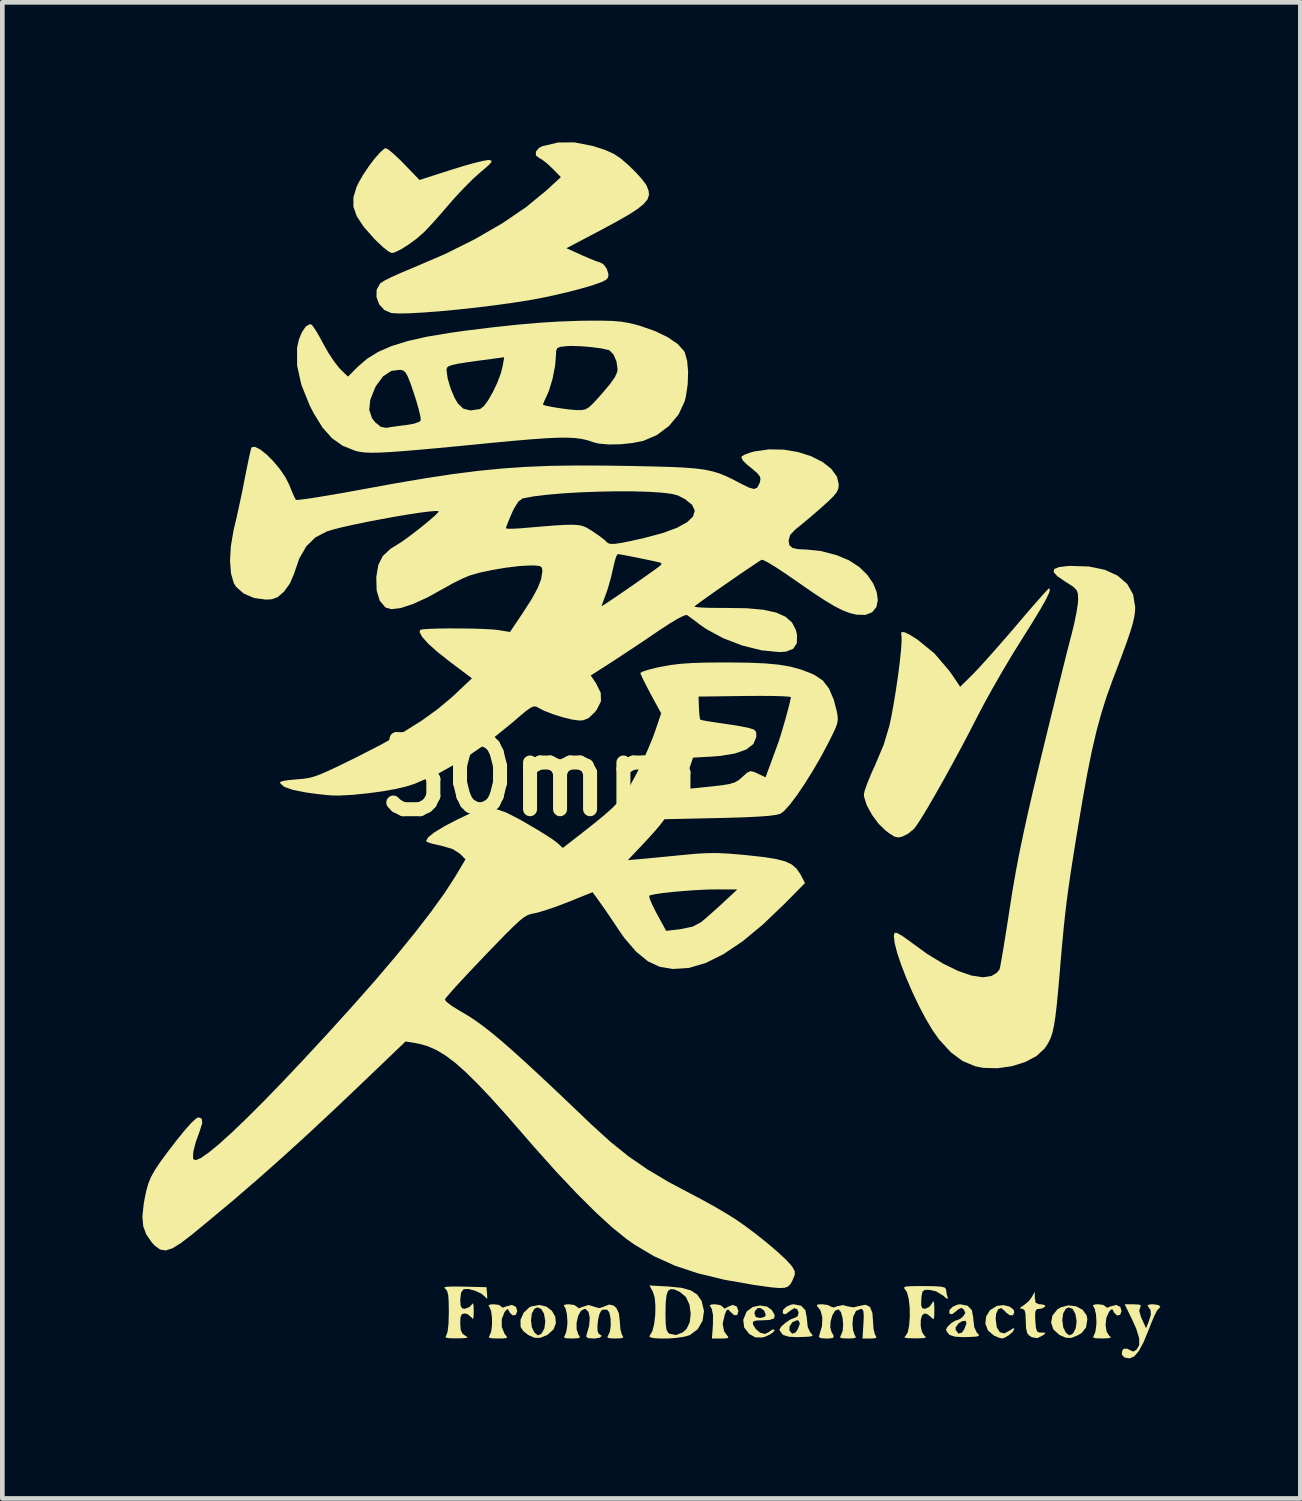
<source format=kicad_pcb>
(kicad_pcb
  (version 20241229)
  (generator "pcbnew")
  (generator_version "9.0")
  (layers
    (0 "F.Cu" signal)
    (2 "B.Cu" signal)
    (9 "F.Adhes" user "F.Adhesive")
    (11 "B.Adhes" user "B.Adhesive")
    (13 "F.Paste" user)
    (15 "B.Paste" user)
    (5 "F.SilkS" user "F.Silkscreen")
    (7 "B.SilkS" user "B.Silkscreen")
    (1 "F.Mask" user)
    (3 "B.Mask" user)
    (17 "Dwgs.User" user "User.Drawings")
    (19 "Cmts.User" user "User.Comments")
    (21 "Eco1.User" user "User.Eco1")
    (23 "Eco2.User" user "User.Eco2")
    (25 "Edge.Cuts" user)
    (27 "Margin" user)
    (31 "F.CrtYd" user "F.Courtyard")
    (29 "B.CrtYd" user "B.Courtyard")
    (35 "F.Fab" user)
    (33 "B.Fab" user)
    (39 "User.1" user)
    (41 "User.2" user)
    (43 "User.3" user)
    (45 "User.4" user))
  (footprint "50mm"
    (layer "F.Cu")
    (at 8.518 13.605)
    (property "Reference" "50mm" (at 0 0 0) (layer "F.SilkS") (effects (font (size 1.5 1.5) (thickness 0.3))))
    (attr board_only exclude_from_pos_files exclude_from_bom)
    (fp_poly (pts (xy 3.862 11.301) (xy 3.92 11.345) (xy 3.953 11.379) (xy 4.021 11.339) (xy 4.021 11.339) (xy 4.127 11.296) (xy 4.213 11.33) (xy 4.25 11.428) (xy 4.25 11.428) (xy 4.223 11.512) (xy 4.158 11.517) (xy 4.075 11.442) (xy 4.028 11.392) (xy 3.994 11.415) (xy 3.96 11.494) (xy 3.911 11.7) (xy 3.942 11.86) (xy 3.989 11.927) (xy 4.033 11.984) (xy 4.017 12.009) (xy 3.924 12.016) (xy 3.876 12.016) (xy 3.682 12.016) (xy 3.703 11.723) (xy 3.705 11.51) (xy 3.677 11.378) (xy 3.663 11.357) (xy 3.635 11.306) (xy 3.678 11.286) (xy 3.751 11.283)) (stroke (width 0) (type solid)) (fill yes) (layer "F.SilkS"))
    (fp_poly (pts (xy 10.057 11.332) (xy 10.143 11.399) (xy 10.16 11.453) (xy 10.13 11.518) (xy 10.059 11.517) (xy 9.977 11.455) (xy 9.958 11.43) (xy 9.882 11.365) (xy 9.815 11.387) (xy 9.77 11.485) (xy 9.759 11.596) (xy 9.783 11.776) (xy 9.849 11.882) (xy 9.946 11.907) (xy 10.065 11.842) (xy 10.071 11.838) (xy 10.137 11.795) (xy 10.16 11.81) (xy 10.122 11.876) (xy 10.035 11.951) (xy 9.938 12.005) (xy 9.893 12.015) (xy 9.815 11.994) (xy 9.721 11.953) (xy 9.594 11.844) (xy 9.539 11.698) (xy 9.555 11.545) (xy 9.638 11.409) (xy 9.786 11.318) (xy 9.786 11.318) (xy 9.927 11.301)) (stroke (width 0) (type solid)) (fill yes) (layer "F.SilkS"))
    (fp_poly (pts (xy -0.88 11.297) (xy -0.831 11.331) (xy -0.83 11.334) (xy -0.796 11.357) (xy -0.729 11.33) (xy -0.603 11.297) (xy -0.516 11.338) (xy -0.488 11.428) (xy -0.519 11.509) (xy -0.584 11.522) (xy -0.648 11.463) (xy -0.658 11.442) (xy -0.688 11.386) (xy -0.726 11.407) (xy -0.761 11.452) (xy -0.82 11.6) (xy -0.82 11.77) (xy -0.761 11.913) (xy -0.75 11.927) (xy -0.708 11.98) (xy -0.72 12.006) (xy -0.802 12.015) (xy -0.906 12.016) (xy -1.045 12.011) (xy -1.099 11.993) (xy -1.084 11.958) (xy -1.047 11.87) (xy -1.029 11.725) (xy -1.03 11.562) (xy -1.05 11.421) (xy -1.084 11.342) (xy -1.105 11.302) (xy -1.047 11.285) (xy -0.987 11.283)) (stroke (width 0) (type solid)) (fill yes) (layer "F.SilkS"))
    (fp_poly (pts (xy 11.481 11.326) (xy 11.621 11.4) (xy 11.707 11.519) (xy 11.723 11.605) (xy 11.696 11.778) (xy 11.603 11.896) (xy 11.524 11.945) (xy 11.382 12.003) (xy 11.265 12.001) (xy 11.125 11.94) (xy 10.997 11.824) (xy 10.947 11.678) (xy 10.956 11.627) (xy 11.187 11.627) (xy 11.207 11.778) (xy 11.263 11.891) (xy 11.266 11.894) (xy 11.335 11.948) (xy 11.393 11.926) (xy 11.422 11.898) (xy 11.475 11.795) (xy 11.493 11.648) (xy 11.493 11.645) (xy 11.466 11.486) (xy 11.406 11.382) (xy 11.324 11.35) (xy 11.261 11.379) (xy 11.205 11.479) (xy 11.187 11.627) (xy 10.956 11.627) (xy 10.975 11.526) (xy 11.079 11.395) (xy 11.146 11.352) (xy 11.314 11.306)) (stroke (width 0) (type solid)) (fill yes) (layer "F.SilkS"))
    (fp_poly (pts (xy 0.136 11.333) (xy 0.253 11.422) (xy 0.325 11.545) (xy 0.34 11.684) (xy 0.29 11.82) (xy 0.163 11.934) (xy 0.143 11.945) (xy -0.000105 12.003) (xy -0.118 12.001) (xy -0.253 11.941) (xy -0.359 11.857) (xy -0.416 11.769) (xy -0.419 11.627) (xy -0.194 11.627) (xy -0.175 11.778) (xy -0.118 11.891) (xy -0.115 11.894) (xy -0.046 11.948) (xy 0.012 11.926) (xy 0.041 11.898) (xy 0.094 11.795) (xy 0.112 11.648) (xy 0.112 11.645) (xy 0.085 11.486) (xy 0.024 11.382) (xy -0.057 11.35) (xy -0.12 11.379) (xy -0.176 11.479) (xy -0.194 11.627) (xy -0.419 11.627) (xy -0.419 11.617) (xy -0.351 11.465) (xy -0.233 11.351) (xy -0.195 11.332) (xy -0.017 11.297)) (stroke (width 0) (type solid)) (fill yes) (layer "F.SilkS"))
    (fp_poly (pts (xy 10.598 11.149) (xy 10.615 11.248) (xy 10.683 11.282) (xy 10.725 11.283) (xy 10.808 11.299) (xy 10.819 11.332) (xy 10.751 11.373) (xy 10.692 11.381) (xy 10.635 11.392) (xy 10.609 11.44) (xy 10.605 11.549) (xy 10.609 11.638) (xy 10.622 11.787) (xy 10.646 11.863) (xy 10.693 11.888) (xy 10.741 11.889) (xy 10.822 11.891) (xy 10.812 11.917) (xy 10.769 11.95) (xy 10.652 12.009) (xy 10.539 11.99) (xy 10.49 11.963) (xy 10.436 11.904) (xy 10.41 11.792) (xy 10.404 11.647) (xy 10.399 11.491) (xy 10.378 11.409) (xy 10.335 11.381) (xy 10.319 11.379) (xy 10.275 11.369) (xy 10.314 11.334) (xy 10.35 11.313) (xy 10.466 11.218) (xy 10.531 11.132) (xy 10.596 11.015)) (stroke (width 0) (type solid)) (fill yes) (layer "F.SilkS"))
    (fp_poly (pts (xy 12.065 11.297) (xy 12.114 11.331) (xy 12.114 11.334) (xy 12.148 11.357) (xy 12.215 11.33) (xy 12.341 11.297) (xy 12.428 11.338) (xy 12.456 11.428) (xy 12.426 11.509) (xy 12.36 11.522) (xy 12.296 11.463) (xy 12.287 11.442) (xy 12.256 11.386) (xy 12.218 11.407) (xy 12.184 11.452) (xy 12.129 11.578) (xy 12.114 11.73) (xy 12.136 11.87) (xy 12.194 11.96) (xy 12.199 11.963) (xy 12.23 11.993) (xy 12.186 12.009) (xy 12.056 12.015) (xy 12.043 12.015) (xy 11.902 12.011) (xy 11.845 11.993) (xy 11.859 11.958) (xy 11.86 11.958) (xy 11.894 11.877) (xy 11.915 11.738) (xy 11.918 11.65) (xy 11.908 11.495) (xy 11.88 11.377) (xy 11.86 11.342) (xy 11.84 11.302) (xy 11.897 11.285) (xy 11.958 11.283)) (stroke (width 0) (type solid)) (fill yes) (layer "F.SilkS"))
    (fp_poly (pts (xy 4.861 11.332) (xy 4.964 11.405) (xy 5.027 11.517) (xy 5.013 11.586) (xy 4.915 11.619) (xy 4.787 11.625) (xy 4.63 11.631) (xy 4.559 11.658) (xy 4.562 11.718) (xy 4.619 11.81) (xy 4.713 11.892) (xy 4.82 11.918) (xy 4.902 11.879) (xy 4.909 11.87) (xy 4.98 11.822) (xy 4.996 11.821) (xy 5.027 11.839) (xy 4.992 11.883) (xy 4.914 11.935) (xy 4.815 11.98) (xy 4.761 11.994) (xy 4.613 11.992) (xy 4.481 11.919) (xy 4.372 11.78) (xy 4.352 11.616) (xy 4.406 11.484) (xy 4.592 11.484) (xy 4.623 11.557) (xy 4.714 11.577) (xy 4.806 11.555) (xy 4.836 11.513) (xy 4.8 11.417) (xy 4.718 11.363) (xy 4.659 11.366) (xy 4.602 11.43) (xy 4.592 11.484) (xy 4.406 11.484) (xy 4.421 11.449) (xy 4.439 11.426) (xy 4.558 11.341) (xy 4.711 11.309)) (stroke (width 0) (type solid)) (fill yes) (layer "F.SilkS"))
    (fp_poly (pts (xy 12.835 11.29) (xy 12.872 11.314) (xy 12.856 11.346) (xy 12.835 11.423) (xy 12.871 11.552) (xy 12.893 11.602) (xy 12.981 11.796) (xy 13.036 11.659) (xy 13.084 11.507) (xy 13.077 11.406) (xy 13.032 11.342) (xy 13.012 11.302) (xy 13.07 11.285) (xy 13.13 11.283) (xy 13.237 11.297) (xy 13.286 11.329) (xy 13.286 11.332) (xy 13.255 11.38) (xy 13.246 11.381) (xy 13.212 11.424) (xy 13.155 11.538) (xy 13.085 11.704) (xy 13.045 11.809) (xy 12.93 12.09) (xy 12.827 12.283) (xy 12.729 12.398) (xy 12.629 12.442) (xy 12.519 12.424) (xy 12.517 12.423) (xy 12.462 12.36) (xy 12.471 12.274) (xy 12.507 12.235) (xy 12.582 12.235) (xy 12.629 12.262) (xy 12.707 12.296) (xy 12.773 12.26) (xy 12.834 12.161) (xy 12.833 12.011) (xy 12.769 11.802) (xy 12.684 11.613) (xy 12.523 11.283) (xy 12.715 11.283)) (stroke (width 0) (type solid)) (fill yes) (layer "F.SilkS"))
    (fp_poly (pts (xy -3.244 -13.448) (xy -3.136 -13.359) (xy -2.998 -13.229) (xy -2.911 -13.141) (xy -2.582 -12.8) (xy -1.893 -13.021) (xy -1.641 -13.099) (xy -1.414 -13.162) (xy -1.232 -13.207) (xy -1.115 -13.227) (xy -1.091 -13.228) (xy -1.042 -13.214) (xy -1.042 -13.182) (xy -1.098 -13.119) (xy -1.22 -13.013) (xy -1.274 -12.969) (xy -1.433 -12.826) (xy -1.624 -12.635) (xy -1.82 -12.426) (xy -1.944 -12.285) (xy -2.111 -12.091) (xy -2.273 -11.908) (xy -2.411 -11.758) (xy -2.489 -11.678) (xy -2.645 -11.542) (xy -2.818 -11.415) (xy -2.984 -11.311) (xy -3.119 -11.247) (xy -3.177 -11.235) (xy -3.245 -11.268) (xy -3.359 -11.357) (xy -3.497 -11.486) (xy -3.551 -11.54) (xy -3.777 -11.797) (xy -3.925 -12.02) (xy -3.997 -12.224) (xy -3.998 -12.426) (xy -3.934 -12.642) (xy -3.887 -12.741) (xy -3.791 -12.91) (xy -3.672 -13.087) (xy -3.548 -13.252) (xy -3.432 -13.384) (xy -3.341 -13.466) (xy -3.304 -13.482)) (stroke (width 0) (type solid)) (fill yes) (layer "F.SilkS"))
    (fp_poly (pts (xy 5.592 11.314) (xy 5.683 11.409) (xy 5.715 11.579) (xy 5.715 11.599) (xy 5.734 11.77) (xy 5.787 11.885) (xy 5.792 11.891) (xy 5.832 11.934) (xy 5.835 11.96) (xy 5.786 11.974) (xy 5.669 11.982) (xy 5.5 11.987) (xy 5.327 11.978) (xy 5.211 11.941) (xy 5.195 11.929) (xy 5.139 11.853) (xy 5.136 11.845) (xy 5.342 11.845) (xy 5.398 11.912) (xy 5.47 11.89) (xy 5.518 11.824) (xy 5.565 11.698) (xy 5.54 11.634) (xy 5.501 11.625) (xy 5.407 11.665) (xy 5.344 11.756) (xy 5.342 11.845) (xy 5.136 11.845) (xy 5.129 11.821) (xy 5.166 11.76) (xy 5.254 11.682) (xy 5.358 11.611) (xy 5.441 11.577) (xy 5.448 11.577) (xy 5.518 11.539) (xy 5.539 11.457) (xy 5.506 11.387) (xy 5.444 11.367) (xy 5.355 11.424) (xy 5.344 11.434) (xy 5.258 11.497) (xy 5.206 11.484) (xy 5.2 11.475) (xy 5.204 11.405) (xy 5.274 11.336) (xy 5.379 11.29) (xy 5.434 11.283)) (stroke (width 0) (type solid)) (fill yes) (layer "F.SilkS"))
    (fp_poly (pts (xy 9.158 11.314) (xy 9.249 11.409) (xy 9.281 11.579) (xy 9.281 11.599) (xy 9.3 11.77) (xy 9.352 11.885) (xy 9.358 11.891) (xy 9.398 11.934) (xy 9.401 11.96) (xy 9.352 11.974) (xy 9.234 11.982) (xy 9.066 11.987) (xy 8.892 11.978) (xy 8.777 11.941) (xy 8.761 11.929) (xy 8.705 11.855) (xy 8.695 11.825) (xy 8.72 11.78) (xy 8.901 11.78) (xy 8.905 11.838) (xy 8.963 11.911) (xy 9.034 11.892) (xy 9.084 11.824) (xy 9.133 11.696) (xy 9.116 11.635) (xy 9.039 11.646) (xy 8.965 11.692) (xy 8.901 11.78) (xy 8.72 11.78) (xy 8.731 11.76) (xy 8.812 11.684) (xy 8.899 11.632) (xy 8.927 11.625) (xy 9.002 11.594) (xy 9.059 11.547) (xy 9.11 11.47) (xy 9.08 11.399) (xy 9.028 11.36) (xy 8.965 11.386) (xy 8.912 11.432) (xy 8.825 11.497) (xy 8.773 11.485) (xy 8.766 11.475) (xy 8.77 11.405) (xy 8.84 11.336) (xy 8.945 11.29) (xy 9 11.283)) (stroke (width 0) (type solid)) (fill yes) (layer "F.SilkS"))
    (fp_poly (pts (xy 2.747 10.902) (xy 3.028 10.93) (xy 3.228 10.985) (xy 3.366 11.075) (xy 3.457 11.205) (xy 3.461 11.213) (xy 3.512 11.427) (xy 3.481 11.636) (xy 3.379 11.816) (xy 3.212 11.941) (xy 3.198 11.947) (xy 3.083 11.979) (xy 2.929 12.002) (xy 2.759 12.015) (xy 2.594 12.017) (xy 2.454 12.01) (xy 2.362 11.992) (xy 2.339 11.964) (xy 2.35 11.953) (xy 2.404 11.864) (xy 2.444 11.707) (xy 2.467 11.514) (xy 2.467 11.513) (xy 2.687 11.513) (xy 2.692 11.707) (xy 2.708 11.825) (xy 2.743 11.891) (xy 2.772 11.914) (xy 2.91 11.942) (xy 3.056 11.886) (xy 3.138 11.811) (xy 3.207 11.667) (xy 3.227 11.48) (xy 3.2 11.288) (xy 3.127 11.133) (xy 3.114 11.117) (xy 2.998 11.021) (xy 2.876 10.964) (xy 2.797 10.959) (xy 2.742 10.996) (xy 2.709 11.089) (xy 2.692 11.253) (xy 2.687 11.499) (xy 2.687 11.513) (xy 2.467 11.513) (xy 2.471 11.314) (xy 2.455 11.137) (xy 2.419 11.021) (xy 2.344 10.88)) (stroke (width 0) (type solid)) (fill yes) (layer "F.SilkS"))
    (fp_poly (pts (xy -1.636 10.905) (xy -1.148 10.917) (xy -1.135 11.064) (xy -1.131 11.155) (xy -1.15 11.16) (xy -1.172 11.128) (xy -1.257 11.055) (xy -1.394 10.992) (xy -1.537 10.955) (xy -1.638 10.96) (xy -1.691 11.031) (xy -1.71 11.184) (xy -1.701 11.313) (xy -1.668 11.37) (xy -1.614 11.381) (xy -1.512 11.342) (xy -1.469 11.296) (xy -1.439 11.262) (xy -1.424 11.305) (xy -1.42 11.43) (xy -1.424 11.557) (xy -1.439 11.598) (xy -1.469 11.564) (xy -1.554 11.493) (xy -1.614 11.479) (xy -1.675 11.495) (xy -1.703 11.558) (xy -1.71 11.691) (xy -1.699 11.836) (xy -1.658 11.917) (xy -1.6 11.957) (xy -1.553 11.986) (xy -1.572 12.003) (xy -1.669 12.011) (xy -1.78 12.013) (xy -1.941 12.011) (xy -2.017 11.997) (xy -2.022 11.968) (xy -2.012 11.958) (xy -1.981 11.874) (xy -1.961 11.704) (xy -1.954 11.459) (xy -1.954 11.447) (xy -1.957 11.227) (xy -1.967 11.084) (xy -1.99 11) (xy -2.026 10.953) (xy -2.039 10.944) (xy -2.052 10.921) (xy -1.99 10.907) (xy -1.845 10.902)) (stroke (width 0) (type solid)) (fill yes) (layer "F.SilkS"))
    (fp_poly (pts (xy 8.449 10.896) (xy 8.592 10.906) (xy 8.669 10.925) (xy 8.694 10.957) (xy 8.695 10.962) (xy 8.711 11.067) (xy 8.727 11.121) (xy 8.737 11.169) (xy 8.7 11.154) (xy 8.633 11.096) (xy 8.483 11.006) (xy 8.345 10.974) (xy 8.242 10.975) (xy 8.193 11.009) (xy 8.173 11.102) (xy 8.167 11.174) (xy 8.164 11.305) (xy 8.186 11.366) (xy 8.243 11.381) (xy 8.245 11.381) (xy 8.336 11.341) (xy 8.391 11.271) (xy 8.422 11.219) (xy 8.438 11.236) (xy 8.445 11.333) (xy 8.446 11.406) (xy 8.443 11.545) (xy 8.431 11.601) (xy 8.402 11.588) (xy 8.382 11.564) (xy 8.296 11.495) (xy 8.237 11.479) (xy 8.183 11.52) (xy 8.155 11.622) (xy 8.154 11.751) (xy 8.18 11.873) (xy 8.232 11.956) (xy 8.243 11.963) (xy 8.268 11.991) (xy 8.219 12.007) (xy 8.085 12.013) (xy 8.035 12.013) (xy 7.877 12.009) (xy 7.807 11.996) (xy 7.814 11.972) (xy 7.828 11.963) (xy 7.875 11.888) (xy 7.905 11.744) (xy 7.92 11.559) (xy 7.918 11.361) (xy 7.899 11.177) (xy 7.863 11.036) (xy 7.832 10.982) (xy 7.8 10.941) (xy 7.803 10.915) (xy 7.857 10.9) (xy 7.976 10.894) (xy 8.174 10.893) (xy 8.223 10.893)) (stroke (width 0) (type solid)) (fill yes) (layer "F.SilkS"))
    (fp_poly (pts (xy 6.162 11.298) (xy 6.228 11.332) (xy 6.228 11.332) (xy 6.293 11.353) (xy 6.359 11.327) (xy 6.491 11.3) (xy 6.572 11.324) (xy 6.715 11.349) (xy 6.831 11.32) (xy 6.974 11.293) (xy 7.068 11.341) (xy 7.119 11.47) (xy 7.132 11.646) (xy 7.142 11.802) (xy 7.17 11.921) (xy 7.19 11.958) (xy 7.209 11.997) (xy 7.152 12.014) (xy 7.078 12.016) (xy 6.907 12.016) (xy 6.927 11.699) (xy 6.934 11.521) (xy 6.924 11.423) (xy 6.895 11.384) (xy 6.878 11.381) (xy 6.769 11.424) (xy 6.707 11.55) (xy 6.692 11.699) (xy 6.705 11.84) (xy 6.739 11.942) (xy 6.751 11.958) (xy 6.767 11.994) (xy 6.711 12.012) (xy 6.598 12.016) (xy 6.471 12.011) (xy 6.424 11.992) (xy 6.442 11.95) (xy 6.445 11.947) (xy 6.483 11.85) (xy 6.493 11.713) (xy 6.479 11.567) (xy 6.444 11.449) (xy 6.392 11.391) (xy 6.39 11.391) (xy 6.32 11.421) (xy 6.262 11.517) (xy 6.224 11.646) (xy 6.216 11.778) (xy 6.243 11.873) (xy 6.291 11.962) (xy 6.277 12.004) (xy 6.185 12.016) (xy 6.125 12.016) (xy 6.011 12.009) (xy 5.974 11.98) (xy 5.986 11.931) (xy 6.039 11.748) (xy 6.046 11.565) (xy 6.008 11.418) (xy 5.981 11.379) (xy 5.928 11.313) (xy 5.946 11.287) (xy 6.046 11.283)) (stroke (width 0) (type solid)) (fill yes) (layer "F.SilkS"))
    (fp_poly (pts (xy 10.923 -4.029) (xy 10.902 -3.952) (xy 10.836 -3.814) (xy 10.721 -3.61) (xy 10.556 -3.337) (xy 10.337 -2.988) (xy 10.316 -2.955) (xy 10.114 -2.63) (xy 9.9 -2.27) (xy 9.691 -1.906) (xy 9.504 -1.567) (xy 9.374 -1.319) (xy 9.204 -0.988) (xy 9.022 -0.642) (xy 8.835 -0.296) (xy 8.65 0.04) (xy 8.474 0.351) (xy 8.315 0.626) (xy 8.179 0.851) (xy 8.074 1.014) (xy 8.01 1.1) (xy 7.886 1.201) (xy 7.764 1.264) (xy 7.674 1.284) (xy 7.59 1.265) (xy 7.481 1.196) (xy 7.405 1.139) (xy 7.249 0.987) (xy 7.108 0.795) (xy 6.999 0.595) (xy 6.941 0.414) (xy 6.936 0.359) (xy 6.956 0.272) (xy 7.011 0.12) (xy 7.091 -0.076) (xy 7.181 -0.275) (xy 7.359 -0.698) (xy 7.481 -1.101) (xy 7.522 -1.29) (xy 7.575 -1.581) (xy 7.625 -1.887) (xy 7.669 -2.189) (xy 7.705 -2.472) (xy 7.731 -2.716) (xy 7.744 -2.904) (xy 7.743 -3.019) (xy 7.74 -3.037) (xy 7.736 -3.109) (xy 7.794 -3.117) (xy 7.916 -3.061) (xy 8.079 -2.959) (xy 8.444 -2.662) (xy 8.767 -2.285) (xy 8.84 -2.181) (xy 8.999 -1.944) (xy 9.274 -2.216) (xy 9.392 -2.339) (xy 9.558 -2.521) (xy 9.756 -2.744) (xy 9.972 -2.991) (xy 10.191 -3.246) (xy 10.209 -3.267) (xy 10.407 -3.5) (xy 10.585 -3.705) (xy 10.732 -3.872) (xy 10.838 -3.99) (xy 10.895 -4.047) (xy 10.9 -4.05)) (stroke (width 0) (type solid)) (fill yes) (layer "F.SilkS"))
    (fp_poly (pts (xy 0.733 11.299) (xy 0.792 11.338) (xy 0.792 11.339) (xy 0.832 11.369) (xy 0.924 11.334) (xy 0.924 11.334) (xy 1.039 11.298) (xy 1.148 11.332) (xy 1.27 11.366) (xy 1.358 11.337) (xy 1.481 11.289) (xy 1.571 11.309) (xy 1.633 11.36) (xy 1.688 11.473) (xy 1.71 11.654) (xy 1.71 11.668) (xy 1.721 11.818) (xy 1.751 11.93) (xy 1.768 11.958) (xy 1.784 11.994) (xy 1.728 12.012) (xy 1.612 12.016) (xy 1.483 12.011) (xy 1.438 11.99) (xy 1.456 11.958) (xy 1.497 11.868) (xy 1.515 11.732) (xy 1.51 11.584) (xy 1.484 11.461) (xy 1.438 11.398) (xy 1.344 11.398) (xy 1.31 11.419) (xy 1.271 11.496) (xy 1.243 11.618) (xy 1.229 11.751) (xy 1.233 11.861) (xy 1.257 11.917) (xy 1.264 11.918) (xy 1.316 11.952) (xy 1.319 11.967) (xy 1.276 11.999) (xy 1.17 12.016) (xy 1.143 12.016) (xy 1.027 12.008) (xy 0.989 11.976) (xy 0.996 11.938) (xy 1.051 11.746) (xy 1.065 11.576) (xy 1.039 11.448) (xy 0.977 11.385) (xy 0.953 11.381) (xy 0.875 11.424) (xy 0.816 11.533) (xy 0.783 11.675) (xy 0.783 11.819) (xy 0.822 11.935) (xy 0.84 11.958) (xy 0.856 11.994) (xy 0.8 12.012) (xy 0.684 12.016) (xy 0.555 12.011) (xy 0.51 11.99) (xy 0.528 11.958) (xy 0.561 11.877) (xy 0.583 11.738) (xy 0.586 11.65) (xy 0.575 11.495) (xy 0.548 11.377) (xy 0.528 11.342) (xy 0.507 11.301) (xy 0.565 11.285) (xy 0.621 11.283)) (stroke (width 0) (type solid)) (fill yes) (layer "F.SilkS"))
    (fp_poly (pts (xy 1.121 -13.53) (xy 1.187 -13.51) (xy 1.413 -13.435) (xy 1.58 -13.359) (xy 1.727 -13.262) (xy 1.89 -13.121) (xy 1.906 -13.106) (xy 2.056 -12.958) (xy 2.185 -12.815) (xy 2.269 -12.703) (xy 2.278 -12.687) (xy 2.323 -12.579) (xy 2.334 -12.482) (xy 2.303 -12.387) (xy 2.223 -12.288) (xy 2.085 -12.176) (xy 1.882 -12.046) (xy 1.607 -11.89) (xy 1.252 -11.699) (xy 1.223 -11.684) (xy 0.565 -11.338) (xy 0.898 -11.188) (xy 1.064 -11.116) (xy 1.195 -11.063) (xy 1.267 -11.04) (xy 1.271 -11.039) (xy 1.354 -10.998) (xy 1.428 -10.9) (xy 1.465 -10.783) (xy 1.465 -10.769) (xy 1.455 -10.709) (xy 1.412 -10.66) (xy 1.319 -10.613) (xy 1.156 -10.555) (xy 1.07 -10.528) (xy 0.858 -10.467) (xy 0.587 -10.397) (xy 0.296 -10.329) (xy 0.066 -10.28) (xy -0.24 -10.223) (xy -0.593 -10.168) (xy -0.976 -10.115) (xy -1.375 -10.066) (xy -1.772 -10.023) (xy -2.153 -9.987) (xy -2.5 -9.961) (xy -2.799 -9.944) (xy -3.033 -9.94) (xy -3.186 -9.95) (xy -3.337 -10.015) (xy -3.447 -10.138) (xy -3.504 -10.293) (xy -3.5 -10.451) (xy -3.424 -10.585) (xy -3.419 -10.589) (xy -3.338 -10.641) (xy -3.186 -10.718) (xy -2.984 -10.809) (xy -2.753 -10.906) (xy -2.723 -10.918) (xy -2.034 -11.214) (xy -1.391 -11.535) (xy -0.807 -11.873) (xy -0.296 -12.221) (xy 0.123 -12.565) (xy 0.446 -12.861) (xy 0.262 -13.049) (xy 0.141 -13.161) (xy 0.035 -13.242) (xy -0.01 -13.265) (xy -0.088 -13.324) (xy -0.09 -13.407) (xy -0.021 -13.488) (xy 0.049 -13.523) (xy 0.388 -13.603) (xy 0.738 -13.605)) (stroke (width 0) (type solid)) (fill yes) (layer "F.SilkS"))
    (fp_poly (pts (xy 11.754 -4.521) (xy 12.096 -4.45) (xy 12.372 -4.324) (xy 12.577 -4.147) (xy 12.704 -3.921) (xy 12.748 -3.65) (xy 12.748 -3.644) (xy 12.743 -3.542) (xy 12.726 -3.429) (xy 12.694 -3.292) (xy 12.642 -3.119) (xy 12.567 -2.899) (xy 12.464 -2.617) (xy 12.331 -2.263) (xy 12.261 -2.082) (xy 12.136 -1.734) (xy 12.023 -1.377) (xy 11.919 -0.995) (xy 11.82 -0.571) (xy 11.723 -0.09) (xy 11.623 0.466) (xy 11.582 0.708) (xy 11.496 1.223) (xy 11.426 1.658) (xy 11.367 2.033) (xy 11.319 2.365) (xy 11.278 2.672) (xy 11.243 2.971) (xy 11.211 3.28) (xy 11.179 3.616) (xy 11.146 3.999) (xy 11.138 4.103) (xy 11.102 4.52) (xy 11.07 4.853) (xy 11.04 5.113) (xy 11.009 5.315) (xy 10.974 5.469) (xy 10.933 5.59) (xy 10.884 5.691) (xy 10.824 5.782) (xy 10.806 5.806) (xy 10.633 5.967) (xy 10.39 6.095) (xy 10.103 6.184) (xy 9.796 6.227) (xy 9.495 6.219) (xy 9.321 6.185) (xy 9.052 6.073) (xy 8.799 5.885) (xy 8.546 5.609) (xy 8.541 5.603) (xy 8.405 5.408) (xy 8.26 5.165) (xy 8.115 4.889) (xy 7.975 4.595) (xy 7.847 4.299) (xy 7.737 4.016) (xy 7.651 3.76) (xy 7.596 3.548) (xy 7.578 3.394) (xy 7.593 3.326) (xy 7.645 3.329) (xy 7.754 3.389) (xy 7.908 3.498) (xy 7.941 3.523) (xy 8.293 3.779) (xy 8.635 3.987) (xy 8.955 4.143) (xy 9.242 4.242) (xy 9.485 4.279) (xy 9.672 4.25) (xy 9.672 4.249) (xy 9.782 4.183) (xy 9.842 4.111) (xy 9.858 4.042) (xy 9.885 3.89) (xy 9.923 3.67) (xy 9.968 3.394) (xy 10.018 3.078) (xy 10.063 2.784) (xy 10.125 2.393) (xy 10.192 2.009) (xy 10.267 1.616) (xy 10.354 1.199) (xy 10.455 0.739) (xy 10.575 0.221) (xy 10.717 -0.371) (xy 10.745 -0.488) (xy 10.856 -0.943) (xy 10.965 -1.388) (xy 11.069 -1.811) (xy 11.165 -2.198) (xy 11.249 -2.535) (xy 11.318 -2.809) (xy 11.369 -3.007) (xy 11.383 -3.057) (xy 11.442 -3.298) (xy 11.489 -3.527) (xy 11.519 -3.716) (xy 11.526 -3.814) (xy 11.521 -3.934) (xy 11.494 -4.014) (xy 11.425 -4.084) (xy 11.296 -4.168) (xy 11.255 -4.193) (xy 11.081 -4.312) (xy 11 -4.402) (xy 11.013 -4.467) (xy 11.12 -4.509) (xy 11.323 -4.532) (xy 11.35 -4.533)) (stroke (width 0) (type solid)) (fill yes) (layer "F.SilkS"))
    (fp_poly (pts (xy 1.559 -9.78) (xy 1.744 -9.764) (xy 1.909 -9.736) (xy 2.081 -9.693) (xy 2.125 -9.681) (xy 2.454 -9.567) (xy 2.734 -9.433) (xy 2.949 -9.286) (xy 3.084 -9.136) (xy 3.101 -9.105) (xy 3.151 -8.925) (xy 3.172 -8.685) (xy 3.162 -8.418) (xy 3.123 -8.157) (xy 3.097 -8.056) (xy 2.967 -7.777) (xy 2.761 -7.529) (xy 2.499 -7.334) (xy 2.218 -7.214) (xy 1.985 -7.166) (xy 1.726 -7.139) (xy 1.473 -7.134) (xy 1.258 -7.153) (xy 1.149 -7.18) (xy 1.029 -7.221) (xy 0.903 -7.251) (xy 0.761 -7.271) (xy 0.59 -7.28) (xy 0.38 -7.279) (xy 0.119 -7.267) (xy -0.203 -7.244) (xy -0.597 -7.21) (xy -1.074 -7.165) (xy -1.196 -7.153) (xy -1.757 -7.098) (xy -2.23 -7.053) (xy -2.623 -7.018) (xy -2.946 -6.991) (xy -3.207 -6.972) (xy -3.416 -6.961) (xy -3.58 -6.957) (xy -3.71 -6.96) (xy -3.813 -6.969) (xy -3.899 -6.984) (xy -3.96 -7) (xy -4.225 -7.105) (xy -4.454 -7.266) (xy -4.658 -7.495) (xy -4.85 -7.805) (xy -4.885 -7.874) (xy -3.658 -7.874) (xy -3.599 -7.696) (xy -3.531 -7.609) (xy -3.411 -7.512) (xy -3.299 -7.491) (xy -3.274 -7.494) (xy -3.157 -7.513) (xy -2.987 -7.536) (xy -2.866 -7.551) (xy -2.696 -7.581) (xy -2.585 -7.621) (xy -2.556 -7.649) (xy -2.56 -7.72) (xy -2.592 -7.861) (xy -2.645 -8.05) (xy -2.698 -8.217) (xy -2.774 -8.44) (xy -2.832 -8.587) (xy -2.88 -8.674) (xy -2.928 -8.717) (xy -2.944 -8.721) (xy -2.003 -8.721) (xy -1.979 -8.548) (xy -1.917 -8.338) (xy -1.832 -8.136) (xy -1.761 -8.014) (xy -1.644 -7.902) (xy -1.495 -7.863) (xy -1.292 -7.892) (xy -1.282 -7.895) (xy -1.204 -7.955) (xy -1.182 -7.985) (xy 0.062 -7.985) (xy 0.135 -7.963) (xy 0.272 -7.936) (xy 0.443 -7.908) (xy 0.616 -7.885) (xy 0.759 -7.872) (xy 0.785 -7.871) (xy 0.889 -7.871) (xy 0.97 -7.886) (xy 1.047 -7.931) (xy 1.14 -8.018) (xy 1.27 -8.16) (xy 1.335 -8.234) (xy 1.501 -8.431) (xy 1.604 -8.578) (xy 1.653 -8.688) (xy 1.661 -8.744) (xy 1.637 -8.914) (xy 1.574 -9.06) (xy 1.489 -9.149) (xy 1.47 -9.157) (xy 1.313 -9.192) (xy 1.098 -9.22) (xy 0.866 -9.239) (xy 0.658 -9.245) (xy 0.574 -9.241) (xy 0.434 -9.226) (xy 0.366 -9.196) (xy 0.344 -9.134) (xy 0.342 -9.063) (xy 0.322 -8.818) (xy 0.269 -8.546) (xy 0.194 -8.296) (xy 0.147 -8.184) (xy 0.092 -8.067) (xy 0.063 -7.995) (xy 0.062 -7.985) (xy -1.182 -7.985) (xy -1.109 -8.084) (xy -1.009 -8.26) (xy -0.915 -8.458) (xy -0.841 -8.656) (xy -0.801 -8.812) (xy -0.768 -9.003) (xy -1.007 -8.971) (xy -1.341 -8.926) (xy -1.59 -8.891) (xy -1.768 -8.862) (xy -1.885 -8.836) (xy -1.955 -8.811) (xy -1.99 -8.784) (xy -2.002 -8.75) (xy -2.003 -8.721) (xy -2.944 -8.721) (xy -2.987 -8.733) (xy -2.992 -8.734) (xy -3.186 -8.71) (xy -3.362 -8.594) (xy -3.512 -8.391) (xy -3.536 -8.344) (xy -3.638 -8.086) (xy -3.658 -7.874) (xy -4.885 -7.874) (xy -4.933 -7.967) (xy -5.113 -8.414) (xy -5.204 -8.825) (xy -5.205 -9.201) (xy -5.204 -9.206) (xy -5.164 -9.388) (xy -5.097 -9.546) (xy -5.018 -9.66) (xy -4.937 -9.71) (xy -4.894 -9.702) (xy -4.848 -9.645) (xy -4.771 -9.523) (xy -4.679 -9.359) (xy -4.641 -9.287) (xy -4.529 -9.09) (xy -4.407 -8.906) (xy -4.3 -8.77) (xy -4.279 -8.748) (xy -4.114 -8.588) (xy -3.898 -8.805) (xy -3.7 -8.974) (xy -3.464 -9.119) (xy -3.179 -9.243) (xy -2.835 -9.35) (xy -2.421 -9.443) (xy -1.925 -9.526) (xy -1.612 -9.57) (xy -1.013 -9.644) (xy -0.49 -9.7) (xy -0.022 -9.741) (xy 0.412 -9.768) (xy 0.83 -9.783) (xy 1.026 -9.786) (xy 1.328 -9.786)) (stroke (width 0) (type solid)) (fill yes) (layer "F.SilkS"))
    (fp_poly (pts (xy 4.03 -2.465) (xy 4.464 -2.46) (xy 4.819 -2.445) (xy 5.111 -2.418) (xy 5.357 -2.377) (xy 5.575 -2.318) (xy 5.783 -2.24) (xy 5.882 -2.195) (xy 6.055 -2.08) (xy 6.188 -1.909) (xy 6.291 -1.668) (xy 6.351 -1.441) (xy 6.373 -1.327) (xy 6.378 -1.235) (xy 6.36 -1.14) (xy 6.311 -1.018) (xy 6.226 -0.843) (xy 6.179 -0.749) (xy 6.017 -0.444) (xy 5.843 -0.145) (xy 5.668 0.135) (xy 5.501 0.381) (xy 5.351 0.58) (xy 5.227 0.717) (xy 5.151 0.775) (xy 5.062 0.799) (xy 4.907 0.82) (xy 4.679 0.837) (xy 4.37 0.852) (xy 3.973 0.864) (xy 3.836 0.867) (xy 2.665 0.893) (xy 2.568 1.02) (xy 2.488 1.115) (xy 2.365 1.254) (xy 2.219 1.412) (xy 2.175 1.458) (xy 1.881 1.769) (xy 2.149 1.746) (xy 2.303 1.732) (xy 2.524 1.711) (xy 2.784 1.686) (xy 3.054 1.659) (xy 3.066 1.658) (xy 3.347 1.632) (xy 3.583 1.619) (xy 3.806 1.618) (xy 4.049 1.63) (xy 4.345 1.655) (xy 4.463 1.667) (xy 4.803 1.705) (xy 5.06 1.746) (xy 5.251 1.796) (xy 5.389 1.861) (xy 5.49 1.947) (xy 5.57 2.06) (xy 5.598 2.111) (xy 5.675 2.26) (xy 5.243 2.699) (xy 4.773 3.149) (xy 4.335 3.511) (xy 3.926 3.785) (xy 3.545 3.974) (xy 3.186 4.079) (xy 2.847 4.101) (xy 2.563 4.054) (xy 2.311 3.937) (xy 2.056 3.728) (xy 1.803 3.433) (xy 1.682 3.26) (xy 1.551 3.062) (xy 1.415 2.862) (xy 1.302 2.701) (xy 1.288 2.681) (xy 1.181 2.532) (xy 2.339 2.532) (xy 2.347 2.587) (xy 2.394 2.704) (xy 2.472 2.863) (xy 2.505 2.924) (xy 2.701 3.284) (xy 2.999 3.25) (xy 3.268 3.193) (xy 3.444 3.102) (xy 3.548 3.015) (xy 3.696 2.885) (xy 3.86 2.737) (xy 3.908 2.693) (xy 4.225 2.398) (xy 3.8 2.396) (xy 3.589 2.399) (xy 3.345 2.411) (xy 3.091 2.429) (xy 2.844 2.451) (xy 2.626 2.475) (xy 2.457 2.5) (xy 2.356 2.523) (xy 2.339 2.532) (xy 1.181 2.532) (xy 1.125 2.456) (xy 0.599 2.668) (xy 0.367 2.757) (xy 0.145 2.833) (xy -0.037 2.889) (xy -0.136 2.911) (xy -0.205 2.925) (xy -0.273 2.951) (xy -0.35 2.998) (xy -0.445 3.074) (xy -0.568 3.188) (xy -0.73 3.348) (xy -0.939 3.563) (xy -1.186 3.819) (xy -1.418 4.063) (xy -1.626 4.285) (xy -1.802 4.475) (xy -1.935 4.624) (xy -2.017 4.721) (xy -2.039 4.754) (xy -2.005 4.803) (xy -1.904 4.882) (xy -1.756 4.976) (xy -1.71 5.003) (xy -1.556 5.093) (xy -1.399 5.195) (xy -1.232 5.315) (xy -1.048 5.458) (xy -0.84 5.631) (xy -0.601 5.839) (xy -0.325 6.088) (xy -0.004 6.385) (xy 0.368 6.734) (xy 0.798 7.143) (xy 1.102 7.434) (xy 1.502 7.798) (xy 1.892 8.112) (xy 2.301 8.394) (xy 2.755 8.664) (xy 3.185 8.892) (xy 3.451 9.032) (xy 3.728 9.185) (xy 3.982 9.334) (xy 4.176 9.454) (xy 4.403 9.612) (xy 4.643 9.792) (xy 4.878 9.981) (xy 5.091 10.163) (xy 5.265 10.324) (xy 5.381 10.45) (xy 5.405 10.482) (xy 5.454 10.572) (xy 5.457 10.65) (xy 5.411 10.762) (xy 5.406 10.774) (xy 5.364 10.851) (xy 5.314 10.902) (xy 5.24 10.93) (xy 5.125 10.935) (xy 4.952 10.92) (xy 4.706 10.886) (xy 4.592 10.87) (xy 3.946 10.757) (xy 3.382 10.62) (xy 2.884 10.454) (xy 2.438 10.252) (xy 2.029 10.009) (xy 1.856 9.888) (xy 1.55 9.641) (xy 1.195 9.316) (xy 0.795 8.918) (xy 0.354 8.451) (xy -0.123 7.918) (xy -0.318 7.693) (xy -0.709 7.244) (xy -1.048 6.867) (xy -1.343 6.555) (xy -1.601 6.302) (xy -1.828 6.101) (xy -2.034 5.948) (xy -2.225 5.834) (xy -2.407 5.755) (xy -2.59 5.703) (xy -2.68 5.686) (xy -2.882 5.654) (xy -3.742 6.478) (xy -4.377 7.082) (xy -4.961 7.627) (xy -5.511 8.128) (xy -6.041 8.598) (xy -6.567 9.052) (xy -7.106 9.502) (xy -7.465 9.797) (xy -7.697 9.975) (xy -7.876 10.085) (xy -8.019 10.13) (xy -8.138 10.111) (xy -8.248 10.032) (xy -8.314 9.961) (xy -8.434 9.789) (xy -8.5 9.611) (xy -8.518 9.402) (xy -8.49 9.136) (xy -8.472 9.031) (xy -8.435 8.853) (xy -8.393 8.702) (xy -8.335 8.56) (xy -8.253 8.411) (xy -8.136 8.236) (xy -7.976 8.019) (xy -7.772 7.754) (xy -7.607 7.551) (xy -7.468 7.396) (xy -7.365 7.302) (xy -7.316 7.278) (xy -7.245 7.308) (xy -7.236 7.402) (xy -7.284 7.556) (xy -7.377 7.816) (xy -7.428 8.02) (xy -7.433 8.156) (xy -7.428 8.174) (xy -7.375 8.197) (xy -7.263 8.149) (xy -7.094 8.031) (xy -6.87 7.846) (xy -6.595 7.597) (xy -6.272 7.287) (xy -5.903 6.918) (xy -5.492 6.493) (xy -5.04 6.014) (xy -4.551 5.485) (xy -4.039 4.92) (xy -3.541 4.357) (xy -3.086 3.822) (xy -2.681 3.325) (xy -2.33 2.87) (xy -2.04 2.467) (xy -1.816 2.121) (xy -1.804 2.101) (xy -1.597 1.752) (xy -1.716 1.632) (xy -1.876 1.53) (xy -2.123 1.459) (xy -2.139 1.456) (xy -2.296 1.421) (xy -2.405 1.386) (xy -2.442 1.361) (xy -2.397 1.281) (xy -2.262 1.173) (xy -2.042 1.04) (xy -1.761 0.894) (xy -1.497 0.77) (xy -1.284 0.693) (xy -1.101 0.662) (xy -0.924 0.681) (xy -0.727 0.749) (xy -0.489 0.869) (xy -0.299 0.976) (xy -0.079 1.105) (xy 0.118 1.226) (xy 0.274 1.328) (xy 0.366 1.396) (xy 0.37 1.4) (xy 0.487 1.508) (xy 0.842 1.233) (xy 1.142 0.997) (xy 1.377 0.805) (xy 1.56 0.641) (xy 1.703 0.491) (xy 1.821 0.341) (xy 1.908 0.205) (xy 3.077 0.205) (xy 3.08 0.225) (xy 3.097 0.237) (xy 3.146 0.241) (xy 3.242 0.235) (xy 3.402 0.219) (xy 3.641 0.194) (xy 3.674 0.191) (xy 3.906 0.164) (xy 4.064 0.137) (xy 4.172 0.104) (xy 4.255 0.056) (xy 4.335 -0.014) (xy 4.436 -0.105) (xy 4.507 -0.137) (xy 4.587 -0.119) (xy 4.662 -0.085) (xy 4.83 -0.004) (xy 4.933 -0.283) (xy 5.003 -0.475) (xy 5.072 -0.663) (xy 5.106 -0.757) (xy 5.149 -0.889) (xy 5.202 -1.065) (xy 5.259 -1.261) (xy 5.31 -1.451) (xy 5.35 -1.608) (xy 5.371 -1.706) (xy 5.373 -1.722) (xy 5.327 -1.733) (xy 5.197 -1.741) (xy 4.999 -1.747) (xy 4.747 -1.749) (xy 4.455 -1.748) (xy 4.384 -1.747) (xy 3.395 -1.734) (xy 3.403 -1.498) (xy 3.412 -1.356) (xy 3.425 -1.261) (xy 3.432 -1.241) (xy 3.487 -1.225) (xy 3.615 -1.202) (xy 3.792 -1.175) (xy 3.864 -1.165) (xy 4.081 -1.133) (xy 4.285 -1.1) (xy 4.438 -1.07) (xy 4.46 -1.065) (xy 4.58 -1.029) (xy 4.629 -0.979) (xy 4.633 -0.884) (xy 4.631 -0.864) (xy 4.569 -0.718) (xy 4.418 -0.601) (xy 4.18 -0.516) (xy 3.861 -0.463) (xy 3.712 -0.451) (xy 3.277 -0.426) (xy 3.177 -0.13) (xy 3.125 0.029) (xy 3.089 0.151) (xy 3.077 0.205) (xy 1.908 0.205) (xy 1.926 0.176) (xy 2.032 -0.018) (xy 2.071 -0.092) (xy 2.194 -0.344) (xy 2.314 -0.611) (xy 2.415 -0.855) (xy 2.466 -0.996) (xy 2.594 -1.375) (xy 2.371 -1.786) (xy 2.275 -1.968) (xy 2.2 -2.118) (xy 2.156 -2.216) (xy 2.149 -2.24) (xy 2.194 -2.268) (xy 2.313 -2.307) (xy 2.487 -2.351) (xy 2.601 -2.375) (xy 2.799 -2.41) (xy 3.007 -2.436) (xy 3.245 -2.452) (xy 3.533 -2.462) (xy 3.892 -2.465)) (stroke (width 0) (type solid)) (fill yes) (layer "F.SilkS"))
    (fp_poly (pts (xy -5.995 -7.028) (xy -5.858 -6.92) (xy -5.713 -6.775) (xy -5.573 -6.607) (xy -5.454 -6.432) (xy -5.375 -6.275) (xy -5.311 -6.119) (xy -5.258 -6) (xy -5.23 -5.948) (xy -5.176 -5.948) (xy -5.038 -5.964) (xy -4.829 -5.995) (xy -4.561 -6.039) (xy -4.245 -6.093) (xy -3.894 -6.157) (xy -3.784 -6.177) (xy -3.075 -6.306) (xy -2.443 -6.413) (xy -1.868 -6.5) (xy -1.334 -6.568) (xy -0.821 -6.619) (xy -0.312 -6.654) (xy 0.213 -6.676) (xy 0.77 -6.684) (xy 1.379 -6.682) (xy 1.933 -6.674) (xy 2.392 -6.664) (xy 2.767 -6.654) (xy 3.071 -6.64) (xy 3.317 -6.621) (xy 3.518 -6.596) (xy 3.689 -6.56) (xy 3.841 -6.514) (xy 3.988 -6.454) (xy 4.145 -6.378) (xy 4.302 -6.296) (xy 4.474 -6.211) (xy 4.584 -6.181) (xy 4.652 -6.209) (xy 4.698 -6.297) (xy 4.711 -6.335) (xy 4.722 -6.398) (xy 4.705 -6.456) (xy 4.646 -6.526) (xy 4.53 -6.625) (xy 4.425 -6.71) (xy 4.341 -6.795) (xy 4.312 -6.864) (xy 4.315 -6.874) (xy 4.378 -6.915) (xy 4.503 -6.961) (xy 4.596 -6.986) (xy 4.903 -7.03) (xy 5.216 -7.024) (xy 5.521 -6.973) (xy 5.803 -6.884) (xy 6.047 -6.762) (xy 6.237 -6.614) (xy 6.36 -6.445) (xy 6.399 -6.276) (xy 6.39 -6.193) (xy 6.356 -6.114) (xy 6.283 -6.022) (xy 6.157 -5.9) (xy 6.016 -5.774) (xy 5.838 -5.619) (xy 5.668 -5.475) (xy 5.533 -5.365) (xy 5.479 -5.323) (xy 5.358 -5.199) (xy 5.324 -5.076) (xy 5.341 -4.978) (xy 5.405 -4.919) (xy 5.532 -4.891) (xy 5.707 -4.884) (xy 6.021 -4.851) (xy 6.354 -4.763) (xy 6.619 -4.652) (xy 6.839 -4.509) (xy 7.012 -4.339) (xy 7.137 -4.156) (xy 7.212 -3.971) (xy 7.235 -3.799) (xy 7.204 -3.652) (xy 7.117 -3.542) (xy 6.972 -3.484) (xy 6.785 -3.488) (xy 6.644 -3.52) (xy 6.492 -3.577) (xy 6.314 -3.666) (xy 6.099 -3.795) (xy 5.834 -3.969) (xy 5.506 -4.196) (xy 5.471 -4.221) (xy 5.247 -4.375) (xy 5.048 -4.506) (xy 4.889 -4.603) (xy 4.784 -4.657) (xy 4.75 -4.665) (xy 4.695 -4.633) (xy 4.577 -4.554) (xy 4.411 -4.443) (xy 4.214 -4.308) (xy 4.003 -4.162) (xy 3.794 -4.017) (xy 3.603 -3.882) (xy 3.447 -3.77) (xy 3.341 -3.692) (xy 3.306 -3.665) (xy 3.338 -3.652) (xy 3.451 -3.642) (xy 3.631 -3.635) (xy 3.861 -3.633) (xy 3.99 -3.633) (xy 4.431 -3.626) (xy 4.784 -3.594) (xy 5.058 -3.534) (xy 5.26 -3.443) (xy 5.398 -3.319) (xy 5.48 -3.159) (xy 5.504 -3.059) (xy 5.501 -2.879) (xy 5.424 -2.759) (xy 5.27 -2.697) (xy 5.133 -2.687) (xy 4.745 -2.725) (xy 4.331 -2.828) (xy 3.924 -2.984) (xy 3.56 -3.181) (xy 3.419 -3.279) (xy 3.288 -3.379) (xy 3.184 -3.455) (xy 3.143 -3.483) (xy 3.083 -3.469) (xy 2.958 -3.407) (xy 2.784 -3.303) (xy 2.575 -3.167) (xy 2.532 -3.138) (xy 2.276 -2.964) (xy 1.998 -2.778) (xy 1.732 -2.603) (xy 1.532 -2.472) (xy 1.086 -2.186) (xy 1.202 -2.014) (xy 1.3 -1.815) (xy 1.305 -1.633) (xy 1.215 -1.453) (xy 1.167 -1.394) (xy 1.045 -1.277) (xy 0.928 -1.227) (xy 0.848 -1.221) (xy 0.695 -1.24) (xy 0.491 -1.29) (xy 0.273 -1.358) (xy 0.079 -1.434) (xy -0.037 -1.495) (xy -0.087 -1.521) (xy -0.138 -1.523) (xy -0.206 -1.493) (xy -0.304 -1.422) (xy -0.449 -1.301) (xy -0.599 -1.172) (xy -1.131 -0.741) (xy -1.665 -0.375) (xy -2.186 -0.081) (xy -2.684 0.133) (xy -2.86 0.19) (xy -3.087 0.244) (xy -3.379 0.296) (xy -3.701 0.339) (xy -4.019 0.371) (xy -4.299 0.386) (xy -4.414 0.386) (xy -4.56 0.376) (xy -4.764 0.354) (xy -4.983 0.324) (xy -5.019 0.319) (xy -5.293 0.265) (xy -5.473 0.203) (xy -5.559 0.133) (xy -5.568 0.098) (xy -5.524 0.078) (xy -5.405 0.057) (xy -5.237 0.041) (xy -5.205 0.038) (xy -5.076 0.028) (xy -4.96 0.01) (xy -4.84 -0.021) (xy -4.702 -0.071) (xy -4.528 -0.147) (xy -4.303 -0.253) (xy -4.009 -0.397) (xy -3.947 -0.427) (xy -3.402 -0.707) (xy -2.938 -0.967) (xy -2.54 -1.216) (xy -2.196 -1.464) (xy -1.893 -1.717) (xy -1.812 -1.792) (xy -1.459 -2.125) (xy -1.946 -2.491) (xy -2.202 -2.694) (xy -2.397 -2.869) (xy -2.525 -3.012) (xy -2.58 -3.115) (xy -2.569 -3.162) (xy -2.509 -3.175) (xy -2.371 -3.185) (xy -2.174 -3.191) (xy -1.94 -3.194) (xy -1.687 -3.193) (xy -1.436 -3.19) (xy -1.206 -3.182) (xy -1.018 -3.172) (xy -0.895 -3.159) (xy -0.643 -3.118) (xy -0.354 -3.55) (xy -0.276 -3.672) (xy 1.319 -3.672) (xy 1.356 -3.692) (xy 1.458 -3.759) (xy 1.61 -3.861) (xy 1.796 -3.988) (xy 2.002 -4.13) (xy 2.212 -4.277) (xy 2.41 -4.418) (xy 2.459 -4.453) (xy 2.569 -4.534) (xy 2.606 -4.578) (xy 2.579 -4.602) (xy 2.532 -4.614) (xy 2.391 -4.645) (xy 2.212 -4.683) (xy 2.023 -4.721) (xy 1.851 -4.755) (xy 1.722 -4.778) (xy 1.664 -4.787) (xy 1.635 -4.743) (xy 1.598 -4.628) (xy 1.565 -4.482) (xy 1.515 -4.268) (xy 1.452 -4.049) (xy 1.412 -3.932) (xy 1.36 -3.793) (xy 1.326 -3.698) (xy 1.319 -3.672) (xy -0.276 -3.672) (xy -0.172 -3.835) (xy -0.049 -4.063) (xy 0.023 -4.249) (xy 0.048 -4.406) (xy 0.049 -4.428) (xy 0.04 -4.495) (xy -0.001 -4.529) (xy -0.1 -4.541) (xy -0.208 -4.543) (xy -0.441 -4.53) (xy -0.725 -4.496) (xy -1.022 -4.446) (xy -1.295 -4.388) (xy -1.509 -4.327) (xy -1.514 -4.325) (xy -1.669 -4.259) (xy -1.864 -4.162) (xy -2.058 -4.054) (xy -2.061 -4.052) (xy -2.418 -3.855) (xy -2.728 -3.714) (xy -2.986 -3.63) (xy -3.184 -3.606) (xy -3.312 -3.643) (xy -3.434 -3.787) (xy -3.5 -4.006) (xy -3.508 -4.292) (xy -3.507 -4.299) (xy -3.465 -4.553) (xy -3.37 -4.744) (xy -3.204 -4.899) (xy -3.069 -4.982) (xy -2.962 -5.05) (xy -2.819 -5.153) (xy -2.657 -5.275) (xy -2.577 -5.339) (xy -0.733 -5.339) (xy -0.688 -5.33) (xy -0.569 -5.33) (xy -0.4 -5.34) (xy -0.354 -5.344) (xy 0.019 -5.376) (xy 0.309 -5.399) (xy 0.53 -5.412) (xy 0.694 -5.415) (xy 0.815 -5.408) (xy 0.908 -5.389) (xy 0.986 -5.358) (xy 1.062 -5.314) (xy 1.118 -5.279) (xy 1.261 -5.182) (xy 1.374 -5.095) (xy 1.42 -5.052) (xy 1.457 -5.02) (xy 1.514 -5.004) (xy 1.605 -5.006) (xy 1.745 -5.027) (xy 1.95 -5.068) (xy 2.233 -5.132) (xy 2.625 -5.236) (xy 2.931 -5.349) (xy 3.149 -5.468) (xy 3.277 -5.591) (xy 3.314 -5.716) (xy 3.257 -5.841) (xy 3.106 -5.963) (xy 2.953 -6.042) (xy 2.817 -6.077) (xy 2.6 -6.103) (xy 2.318 -6.121) (xy 1.987 -6.13) (xy 1.622 -6.131) (xy 1.241 -6.123) (xy 0.859 -6.109) (xy 0.492 -6.087) (xy 0.156 -6.058) (xy -0.133 -6.023) (xy -0.359 -5.981) (xy -0.374 -5.977) (xy -0.464 -5.912) (xy -0.56 -5.758) (xy -0.606 -5.659) (xy -0.671 -5.505) (xy -0.717 -5.389) (xy -0.733 -5.339) (xy -2.577 -5.339) (xy -2.494 -5.405) (xy -2.348 -5.526) (xy -2.236 -5.625) (xy -2.175 -5.689) (xy -2.17 -5.703) (xy -2.232 -5.71) (xy -2.373 -5.699) (xy -2.578 -5.673) (xy -2.83 -5.634) (xy -3.113 -5.587) (xy -3.412 -5.532) (xy -3.71 -5.475) (xy -3.992 -5.417) (xy -4.241 -5.361) (xy -4.441 -5.31) (xy -4.571 -5.269) (xy -4.814 -5.142) (xy -5.006 -4.953) (xy -5.157 -4.692) (xy -5.275 -4.35) (xy -5.357 -4.159) (xy -5.482 -3.985) (xy -5.495 -3.972) (xy -5.62 -3.865) (xy -5.741 -3.819) (xy -5.869 -3.811) (xy -6.127 -3.846) (xy -6.349 -3.942) (xy -6.512 -4.086) (xy -6.561 -4.165) (xy -6.62 -4.372) (xy -6.641 -4.644) (xy -6.623 -4.958) (xy -6.566 -5.29) (xy -6.549 -5.365) (xy -6.502 -5.561) (xy -6.445 -5.82) (xy -6.384 -6.108) (xy -6.328 -6.392) (xy -6.327 -6.397) (xy -6.279 -6.637) (xy -6.237 -6.841) (xy -6.204 -6.99) (xy -6.184 -7.067) (xy -6.181 -7.073) (xy -6.107 -7.084)) (stroke (width 0) (type solid)) (fill yes) (layer "F.SilkS")))
  (gr_rect
    (start -3 -3)
    (end 24.804 29.048)
    (stroke (width 0.1) (type default))
    (fill no)
    (layer "Edge.Cuts")))
</source>
